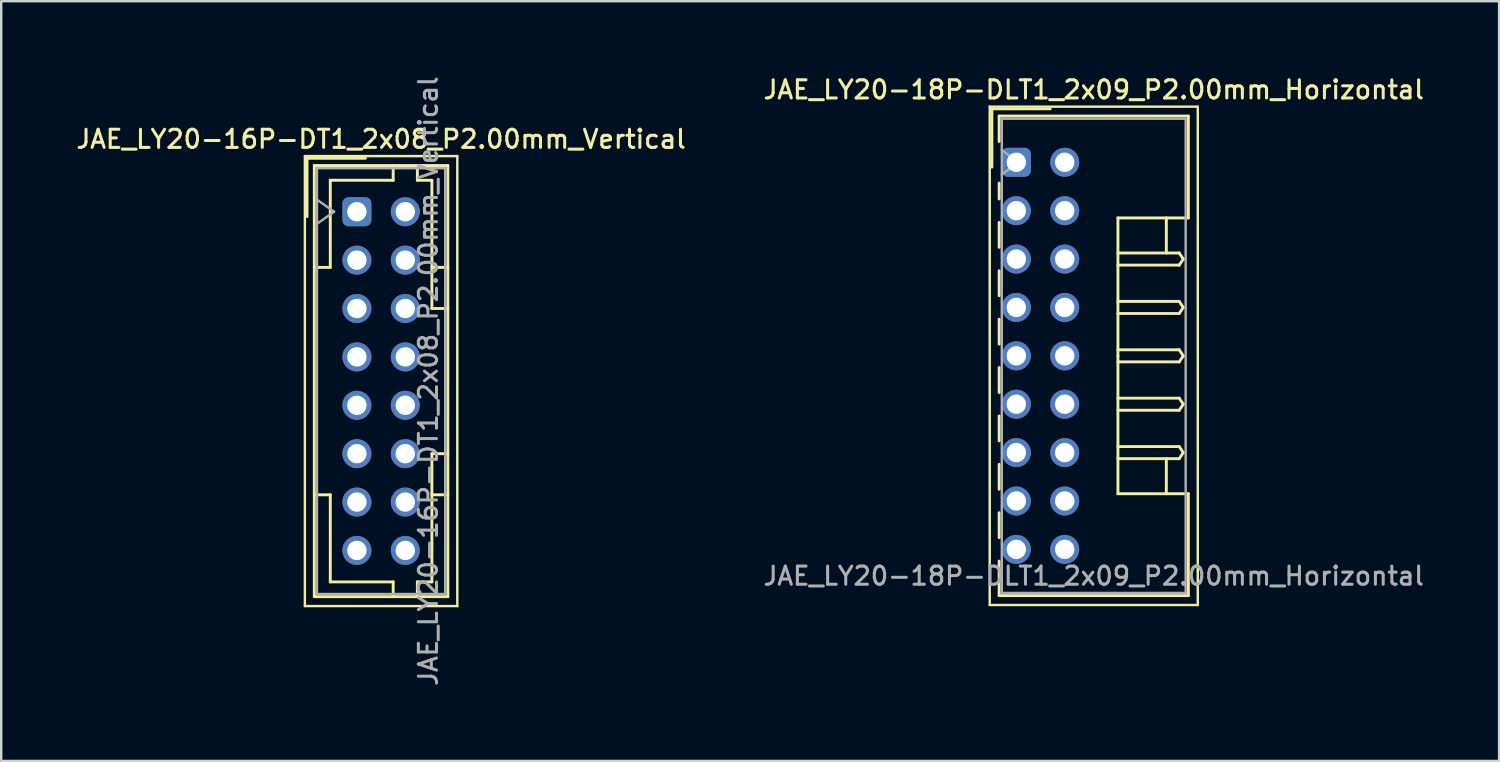
<source format=kicad_pcb>
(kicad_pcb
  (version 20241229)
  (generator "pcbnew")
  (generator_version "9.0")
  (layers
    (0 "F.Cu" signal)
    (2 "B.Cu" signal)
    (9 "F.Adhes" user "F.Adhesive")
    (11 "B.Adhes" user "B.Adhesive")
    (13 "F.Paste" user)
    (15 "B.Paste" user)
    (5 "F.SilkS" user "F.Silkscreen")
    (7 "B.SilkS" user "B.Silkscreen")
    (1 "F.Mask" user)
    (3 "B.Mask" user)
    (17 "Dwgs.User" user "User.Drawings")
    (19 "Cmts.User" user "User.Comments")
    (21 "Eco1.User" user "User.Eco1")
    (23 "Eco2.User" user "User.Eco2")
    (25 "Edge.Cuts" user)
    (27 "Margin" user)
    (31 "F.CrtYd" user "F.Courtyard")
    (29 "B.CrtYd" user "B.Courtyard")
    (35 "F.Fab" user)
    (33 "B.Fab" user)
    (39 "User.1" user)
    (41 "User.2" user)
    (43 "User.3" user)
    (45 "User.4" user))
  (footprint "JAE_LY20-16P-DT1_2x08_P2.00mm_Vertical"
    (layer "F.Cu")
    (at 11.702 5.702)
    (property "Reference" "JAE_LY20-16P-DT1_2x08_P2.00mm_Vertical" (at 1 -3 0) (layer "F.SilkS") (effects (font (size 0.75 0.75) (thickness 0.125))))
    (attr through_hole)
    (fp_line (start -2.15 -2.3) (end -2.15 16.3) (stroke (width 0.1) (type solid)) (layer "F.SilkS"))
    (fp_line (start -2.15 16.3) (end 4.15 16.3) (stroke (width 0.1) (type solid)) (layer "F.SilkS"))
    (fp_line (start -2.06 -2.21) (end -2.06 0.2) (stroke (width 0.12) (type solid)) (layer "F.SilkS"))
    (fp_line (start -1.76 -1.91) (end -1.76 15.91) (stroke (width 0.12) (type solid)) (layer "F.SilkS"))
    (fp_line (start -1.76 15.91) (end 3.76 15.91) (stroke (width 0.12) (type solid)) (layer "F.SilkS"))
    (fp_line (start -1.1 -1.3) (end -1.1 2.3) (stroke (width 0.12) (type solid)) (layer "F.SilkS"))
    (fp_line (start -1.1 2.3) (end -1.76 2.3) (stroke (width 0.12) (type solid)) (layer "F.SilkS"))
    (fp_line (start -1.1 11.7) (end -1.76 11.7) (stroke (width 0.12) (type solid)) (layer "F.SilkS"))
    (fp_line (start -1.1 15.3) (end -1.1 11.7) (stroke (width 0.12) (type solid)) (layer "F.SilkS"))
    (fp_line (start 0.35 -2.21) (end -2.06 -2.21) (stroke (width 0.12) (type solid)) (layer "F.SilkS"))
    (fp_line (start 1.5 -1.91) (end 1.5 -1.3) (stroke (width 0.12) (type solid)) (layer "F.SilkS"))
    (fp_line (start 1.5 -1.3) (end -1.1 -1.3) (stroke (width 0.12) (type solid)) (layer "F.SilkS"))
    (fp_line (start 1.5 15.3) (end -1.1 15.3) (stroke (width 0.12) (type solid)) (layer "F.SilkS"))
    (fp_line (start 1.5 15.91) (end 1.5 15.3) (stroke (width 0.12) (type solid)) (layer "F.SilkS"))
    (fp_line (start 2.5 -1.91) (end 2.5 -1.3) (stroke (width 0.12) (type solid)) (layer "F.SilkS"))
    (fp_line (start 2.5 -1.3) (end 3.1 -1.3) (stroke (width 0.12) (type solid)) (layer "F.SilkS"))
    (fp_line (start 2.5 15.3) (end 3.1 15.3) (stroke (width 0.12) (type solid)) (layer "F.SilkS"))
    (fp_line (start 2.5 15.91) (end 2.5 15.3) (stroke (width 0.12) (type solid)) (layer "F.SilkS"))
    (fp_line (start 3.1 -1.3) (end 3.1 4) (stroke (width 0.12) (type solid)) (layer "F.SilkS"))
    (fp_line (start 3.1 4) (end 3.76 4) (stroke (width 0.12) (type solid)) (layer "F.SilkS"))
    (fp_line (start 3.1 10) (end 3.76 10) (stroke (width 0.12) (type solid)) (layer "F.SilkS"))
    (fp_line (start 3.1 15.3) (end 3.1 10) (stroke (width 0.12) (type solid)) (layer "F.SilkS"))
    (fp_line (start 3.76 -1.91) (end -1.76 -1.91) (stroke (width 0.12) (type solid)) (layer "F.SilkS"))
    (fp_line (start 3.76 2.3) (end 3.1 2.3) (stroke (width 0.12) (type solid)) (layer "F.SilkS"))
    (fp_line (start 3.76 11.7) (end 3.1 11.7) (stroke (width 0.12) (type solid)) (layer "F.SilkS"))
    (fp_line (start 3.76 15.91) (end 3.76 -1.91) (stroke (width 0.12) (type solid)) (layer "F.SilkS"))
    (fp_line (start 4.15 -2.3) (end -2.15 -2.3) (stroke (width 0.1) (type solid)) (layer "F.SilkS"))
    (fp_line (start 4.15 16.3) (end 4.15 -2.3) (stroke (width 0.1) (type solid)) (layer "F.SilkS"))
    (fp_line (start -1.65 -1.8) (end -1.65 15.8) (stroke (width 0.1) (type solid)) (layer "F.Fab"))
    (fp_line (start -1.65 0.5) (end -0.943 0) (stroke (width 0.1) (type solid)) (layer "F.Fab"))
    (fp_line (start -1.65 15.8) (end 3.65 15.8) (stroke (width 0.1) (type solid)) (layer "F.Fab"))
    (fp_line (start -0.943 0) (end -1.65 -0.5) (stroke (width 0.1) (type solid)) (layer "F.Fab"))
    (fp_line (start 3.65 -1.8) (end -1.65 -1.8) (stroke (width 0.1) (type solid)) (layer "F.Fab"))
    (fp_line (start 3.65 15.8) (end 3.65 -1.8) (stroke (width 0.1) (type solid)) (layer "F.Fab"))
    (fp_text user "${REFERENCE}" (at 2.95 7 90) (layer "F.Fab") (effects (font (size 0.75 0.75) (thickness 0.125))))
    (pad "a1" thru_hole roundrect (at 0 0) (size 1.2 1.2) (drill 0.8) (layers "*.Cu" "*.Mask") (roundrect_rratio 0.208))
    (pad "a2" thru_hole circle (at 0 2) (size 1.2 1.2) (drill 0.8) (layers "*.Cu" "*.Mask"))
    (pad "a3" thru_hole circle (at 0 4) (size 1.2 1.2) (drill 0.8) (layers "*.Cu" "*.Mask"))
    (pad "a4" thru_hole circle (at 0 6) (size 1.2 1.2) (drill 0.8) (layers "*.Cu" "*.Mask"))
    (pad "a5" thru_hole circle (at 0 8) (size 1.2 1.2) (drill 0.8) (layers "*.Cu" "*.Mask"))
    (pad "a6" thru_hole circle (at 0 10) (size 1.2 1.2) (drill 0.8) (layers "*.Cu" "*.Mask"))
    (pad "a7" thru_hole circle (at 0 12) (size 1.2 1.2) (drill 0.8) (layers "*.Cu" "*.Mask"))
    (pad "a8" thru_hole circle (at 0 14) (size 1.2 1.2) (drill 0.8) (layers "*.Cu" "*.Mask"))
    (pad "b1" thru_hole circle (at 2 0) (size 1.2 1.2) (drill 0.8) (layers "*.Cu" "*.Mask"))
    (pad "b2" thru_hole circle (at 2 2) (size 1.2 1.2) (drill 0.8) (layers "*.Cu" "*.Mask"))
    (pad "b3" thru_hole circle (at 2 4) (size 1.2 1.2) (drill 0.8) (layers "*.Cu" "*.Mask"))
    (pad "b4" thru_hole circle (at 2 6) (size 1.2 1.2) (drill 0.8) (layers "*.Cu" "*.Mask"))
    (pad "b5" thru_hole circle (at 2 8) (size 1.2 1.2) (drill 0.8) (layers "*.Cu" "*.Mask"))
    (pad "b6" thru_hole circle (at 2 10) (size 1.2 1.2) (drill 0.8) (layers "*.Cu" "*.Mask"))
    (pad "b7" thru_hole circle (at 2 12) (size 1.2 1.2) (drill 0.8) (layers "*.Cu" "*.Mask"))
    (pad "b8" thru_hole circle (at 2 14) (size 1.2 1.2) (drill 0.8) (layers "*.Cu" "*.Mask")))
  (footprint "JAE_LY20-18P-DLT1_2x09_P2.00mm_Horizontal"
    (layer "F.Cu")
    (at 38.959 3.658)
    (property "Reference" "JAE_LY20-18P-DLT1_2x09_P2.00mm_Horizontal" (at 3.2 -3 0) (layer "F.SilkS") (effects (font (size 0.75 0.75) (thickness 0.125))))
    (attr through_hole)
    (fp_line (start -1.1 -2.3) (end -1.1 18.3) (stroke (width 0.1) (type solid)) (layer "F.SilkS"))
    (fp_line (start -1.1 18.3) (end 7.5 18.3) (stroke (width 0.1) (type solid)) (layer "F.SilkS"))
    (fp_line (start -1.01 -2.21) (end -1.01 0.2) (stroke (width 0.12) (type solid)) (layer "F.SilkS"))
    (fp_line (start -0.71 -1.91) (end -0.71 -0.86) (stroke (width 0.12) (type solid)) (layer "F.SilkS"))
    (fp_line (start -0.71 -1.91) (end 7.11 -1.91) (stroke (width 0.12) (type solid)) (layer "F.SilkS"))
    (fp_line (start -0.71 0.86) (end -0.71 1.515) (stroke (width 0.12) (type solid)) (layer "F.SilkS"))
    (fp_line (start -0.71 2.485) (end -0.71 3.515) (stroke (width 0.12) (type solid)) (layer "F.SilkS"))
    (fp_line (start -0.71 4.485) (end -0.71 5.515) (stroke (width 0.12) (type solid)) (layer "F.SilkS"))
    (fp_line (start -0.71 6.485) (end -0.71 7.515) (stroke (width 0.12) (type solid)) (layer "F.SilkS"))
    (fp_line (start -0.71 8.485) (end -0.71 9.515) (stroke (width 0.12) (type solid)) (layer "F.SilkS"))
    (fp_line (start -0.71 10.485) (end -0.71 11.515) (stroke (width 0.12) (type solid)) (layer "F.SilkS"))
    (fp_line (start -0.71 12.485) (end -0.71 13.515) (stroke (width 0.12) (type solid)) (layer "F.SilkS"))
    (fp_line (start -0.71 14.485) (end -0.71 15.515) (stroke (width 0.12) (type solid)) (layer "F.SilkS"))
    (fp_line (start -0.71 16.485) (end -0.71 17.91) (stroke (width 0.12) (type solid)) (layer "F.SilkS"))
    (fp_line (start -0.71 17.91) (end 7.11 17.91) (stroke (width 0.12) (type solid)) (layer "F.SilkS"))
    (fp_line (start 1.4 -2.21) (end -1.01 -2.21) (stroke (width 0.12) (type solid)) (layer "F.SilkS"))
    (fp_line (start 4.2 2.3) (end 4.2 8) (stroke (width 0.12) (type solid)) (layer "F.SilkS"))
    (fp_line (start 4.2 3.75) (end 6.733 3.75) (stroke (width 0.12) (type solid)) (layer "F.SilkS"))
    (fp_line (start 4.2 5.75) (end 6.733 5.75) (stroke (width 0.12) (type solid)) (layer "F.SilkS"))
    (fp_line (start 4.2 7.75) (end 6.733 7.75) (stroke (width 0.12) (type solid)) (layer "F.SilkS"))
    (fp_line (start 4.2 9.75) (end 6.733 9.75) (stroke (width 0.12) (type solid)) (layer "F.SilkS"))
    (fp_line (start 4.2 11.75) (end 6.733 11.75) (stroke (width 0.12) (type solid)) (layer "F.SilkS"))
    (fp_line (start 4.2 13.7) (end 4.2 8) (stroke (width 0.12) (type solid)) (layer "F.SilkS"))
    (fp_line (start 6.2 2.3) (end 6.2 3.75) (stroke (width 0.12) (type solid)) (layer "F.SilkS"))
    (fp_line (start 6.2 13.7) (end 6.2 12.25) (stroke (width 0.12) (type solid)) (layer "F.SilkS"))
    (fp_line (start 6.733 3.75) (end 6.9 4) (stroke (width 0.12) (type solid)) (layer "F.SilkS"))
    (fp_line (start 6.733 4.25) (end 4.2 4.25) (stroke (width 0.12) (type solid)) (layer "F.SilkS"))
    (fp_line (start 6.733 5.75) (end 6.9 6) (stroke (width 0.12) (type solid)) (layer "F.SilkS"))
    (fp_line (start 6.733 6.25) (end 4.2 6.25) (stroke (width 0.12) (type solid)) (layer "F.SilkS"))
    (fp_line (start 6.733 7.75) (end 6.9 8) (stroke (width 0.12) (type solid)) (layer "F.SilkS"))
    (fp_line (start 6.733 8.25) (end 4.2 8.25) (stroke (width 0.12) (type solid)) (layer "F.SilkS"))
    (fp_line (start 6.733 9.75) (end 6.9 10) (stroke (width 0.12) (type solid)) (layer "F.SilkS"))
    (fp_line (start 6.733 10.25) (end 4.2 10.25) (stroke (width 0.12) (type solid)) (layer "F.SilkS"))
    (fp_line (start 6.733 11.75) (end 6.9 12) (stroke (width 0.12) (type solid)) (layer "F.SilkS"))
    (fp_line (start 6.733 12.25) (end 4.2 12.25) (stroke (width 0.12) (type solid)) (layer "F.SilkS"))
    (fp_line (start 6.9 4) (end 6.733 4.25) (stroke (width 0.12) (type solid)) (layer "F.SilkS"))
    (fp_line (start 6.9 6) (end 6.733 6.25) (stroke (width 0.12) (type solid)) (layer "F.SilkS"))
    (fp_line (start 6.9 8) (end 6.733 8.25) (stroke (width 0.12) (type solid)) (layer "F.SilkS"))
    (fp_line (start 6.9 10) (end 6.733 10.25) (stroke (width 0.12) (type solid)) (layer "F.SilkS"))
    (fp_line (start 6.9 12) (end 6.733 12.25) (stroke (width 0.12) (type solid)) (layer "F.SilkS"))
    (fp_line (start 7.11 -1.91) (end 7.11 2.3) (stroke (width 0.12) (type solid)) (layer "F.SilkS"))
    (fp_line (start 7.11 2.3) (end 4.2 2.3) (stroke (width 0.12) (type solid)) (layer "F.SilkS"))
    (fp_line (start 7.11 13.7) (end 4.2 13.7) (stroke (width 0.12) (type solid)) (layer "F.SilkS"))
    (fp_line (start 7.11 17.91) (end 7.11 13.7) (stroke (width 0.12) (type solid)) (layer "F.SilkS"))
    (fp_line (start 7.5 -2.3) (end -1.1 -2.3) (stroke (width 0.1) (type solid)) (layer "F.SilkS"))
    (fp_line (start 7.5 18.3) (end 7.5 -2.3) (stroke (width 0.1) (type solid)) (layer "F.SilkS"))
    (fp_line (start -0.6 -1.8) (end -0.6 17.8) (stroke (width 0.1) (type solid)) (layer "F.Fab"))
    (fp_line (start -0.6 0.5) (end 0.107 0) (stroke (width 0.1) (type solid)) (layer "F.Fab"))
    (fp_line (start -0.6 17.8) (end 7 17.8) (stroke (width 0.1) (type solid)) (layer "F.Fab"))
    (fp_line (start 0.107 0) (end -0.6 -0.5) (stroke (width 0.1) (type solid)) (layer "F.Fab"))
    (fp_line (start 7 -1.8) (end -0.6 -1.8) (stroke (width 0.1) (type solid)) (layer "F.Fab"))
    (fp_line (start 7 17.8) (end 7 -1.8) (stroke (width 0.1) (type solid)) (layer "F.Fab"))
    (fp_text user "${REFERENCE}" (at 3.2 17.1 0) (layer "F.Fab") (effects (font (size 0.75 0.75) (thickness 0.125))))
    (pad "a1" thru_hole roundrect (at 0 0) (size 1.2 1.2) (drill 0.8) (layers "*.Cu" "*.Mask") (roundrect_rratio 0.208))
    (pad "a2" thru_hole circle (at 0 2) (size 1.2 1.2) (drill 0.8) (layers "*.Cu" "*.Mask"))
    (pad "a3" thru_hole circle (at 0 4) (size 1.2 1.2) (drill 0.8) (layers "*.Cu" "*.Mask"))
    (pad "a4" thru_hole circle (at 0 6) (size 1.2 1.2) (drill 0.8) (layers "*.Cu" "*.Mask"))
    (pad "a5" thru_hole circle (at 0 8) (size 1.2 1.2) (drill 0.8) (layers "*.Cu" "*.Mask"))
    (pad "a6" thru_hole circle (at 0 10) (size 1.2 1.2) (drill 0.8) (layers "*.Cu" "*.Mask"))
    (pad "a7" thru_hole circle (at 0 12) (size 1.2 1.2) (drill 0.8) (layers "*.Cu" "*.Mask"))
    (pad "a8" thru_hole circle (at 0 14) (size 1.2 1.2) (drill 0.8) (layers "*.Cu" "*.Mask"))
    (pad "a9" thru_hole circle (at 0 16) (size 1.2 1.2) (drill 0.8) (layers "*.Cu" "*.Mask"))
    (pad "b1" thru_hole circle (at 2 0) (size 1.2 1.2) (drill 0.8) (layers "*.Cu" "*.Mask"))
    (pad "b2" thru_hole circle (at 2 2) (size 1.2 1.2) (drill 0.8) (layers "*.Cu" "*.Mask"))
    (pad "b3" thru_hole circle (at 2 4) (size 1.2 1.2) (drill 0.8) (layers "*.Cu" "*.Mask"))
    (pad "b4" thru_hole circle (at 2 6) (size 1.2 1.2) (drill 0.8) (layers "*.Cu" "*.Mask"))
    (pad "b5" thru_hole circle (at 2 8) (size 1.2 1.2) (drill 0.8) (layers "*.Cu" "*.Mask"))
    (pad "b6" thru_hole circle (at 2 10) (size 1.2 1.2) (drill 0.8) (layers "*.Cu" "*.Mask"))
    (pad "b7" thru_hole circle (at 2 12) (size 1.2 1.2) (drill 0.8) (layers "*.Cu" "*.Mask"))
    (pad "b8" thru_hole circle (at 2 14) (size 1.2 1.2) (drill 0.8) (layers "*.Cu" "*.Mask"))
    (pad "b9" thru_hole circle (at 2 16) (size 1.2 1.2) (drill 0.8) (layers "*.Cu" "*.Mask")))
  (gr_rect
    (start -3 -3)
    (end 58.914 28.404)
    (stroke (width 0.1) (type default))
    (fill no)
    (layer "Edge.Cuts")))
</source>
